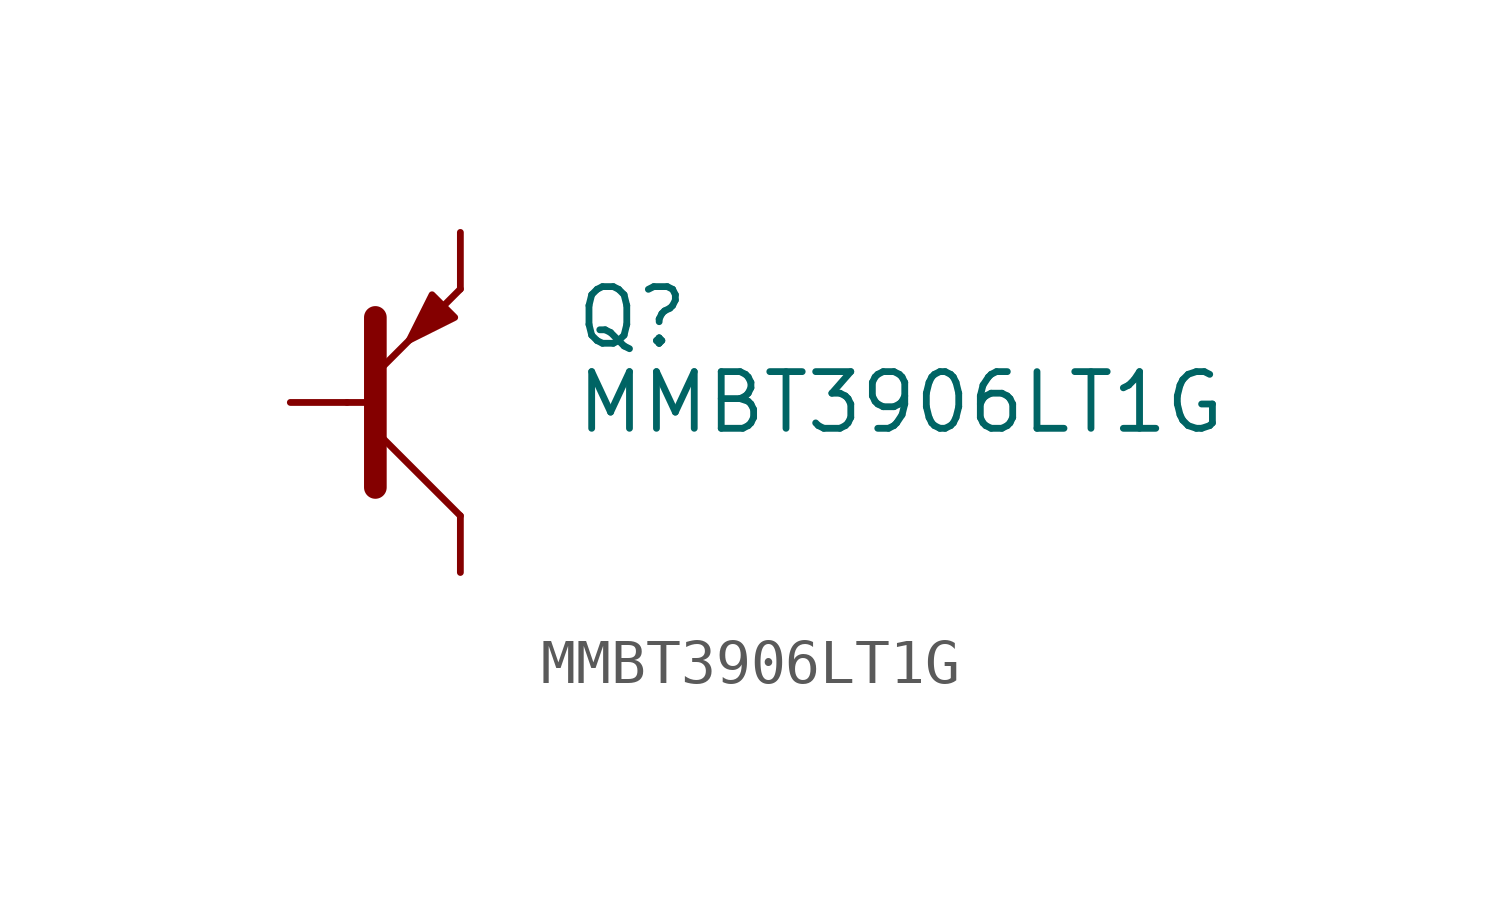
<source format=kicad_sym>
(kicad_symbol_lib
  (version 20211014)
  (generator kicad_symbol_editor)
  (symbol "MMBT3906LT1G"
    (pin_numbers hide)
    (pin_names
      (offset 0) hide)
    (property "Reference" "Q"
      (at 5.08 1.905 0)
      (effects (font (size 1.27 1.27)) (justify left)))
    (property "Value" "MMBT3906LT1G"
      (at 5.08 0 0)
      (effects (font (size 1.27 1.27)) (justify left)))
    (symbol "MMBT3906LT1G_0_1"
      (polyline (pts (xy 0 0) (xy 0.635 0)) (stroke (width 0) (type default) (color 0 0 0 0)) (fill (type none)))
      (polyline (pts (xy 0.635 0.635) (xy 2.54 2.54)) (stroke (width 0) (type default) (color 0 0 0 0)) (fill (type none)))
      (polyline (pts (xy 0.635 -0.635) (xy 2.54 -2.54) (xy 2.54 -2.54)) (stroke (width 0) (type default) (color 0 0 0 0)) (fill (type none)))
      (polyline (pts (xy 0.635 1.905) (xy 0.635 -1.905) (xy 0.635 -1.905)) (stroke (width 0.508) (type default) (color 0 0 0 0)) (fill (type none)))
      (polyline (pts (xy 2.413 1.905) (xy 1.905 2.413) (xy 1.397 1.397) (xy 2.413 1.905) (xy 2.413 1.905)) (stroke (width 0) (type default) (color 0 0 0 0)) (fill (type outline))))
    (symbol "MMBT3906LT1G_1_1"
      (pin input line (at -1.27 0 0) (length 1.27) (name "B" (effects (font (size 1.27 1.27)))) (number "1" (effects (font (size 1.27 1.27)))))
      (pin passive line (at 2.54 3.81 270) (length 1.27) (name "E" (effects (font (size 1.27 1.27)))) (number "2" (effects (font (size 1.27 1.27)))))
      (pin passive line (at 2.54 -3.81 90) (length 1.27) (name "C" (effects (font (size 1.27 1.27)))) (number "3" (effects (font (size 1.27 1.27))))))))
</source>
